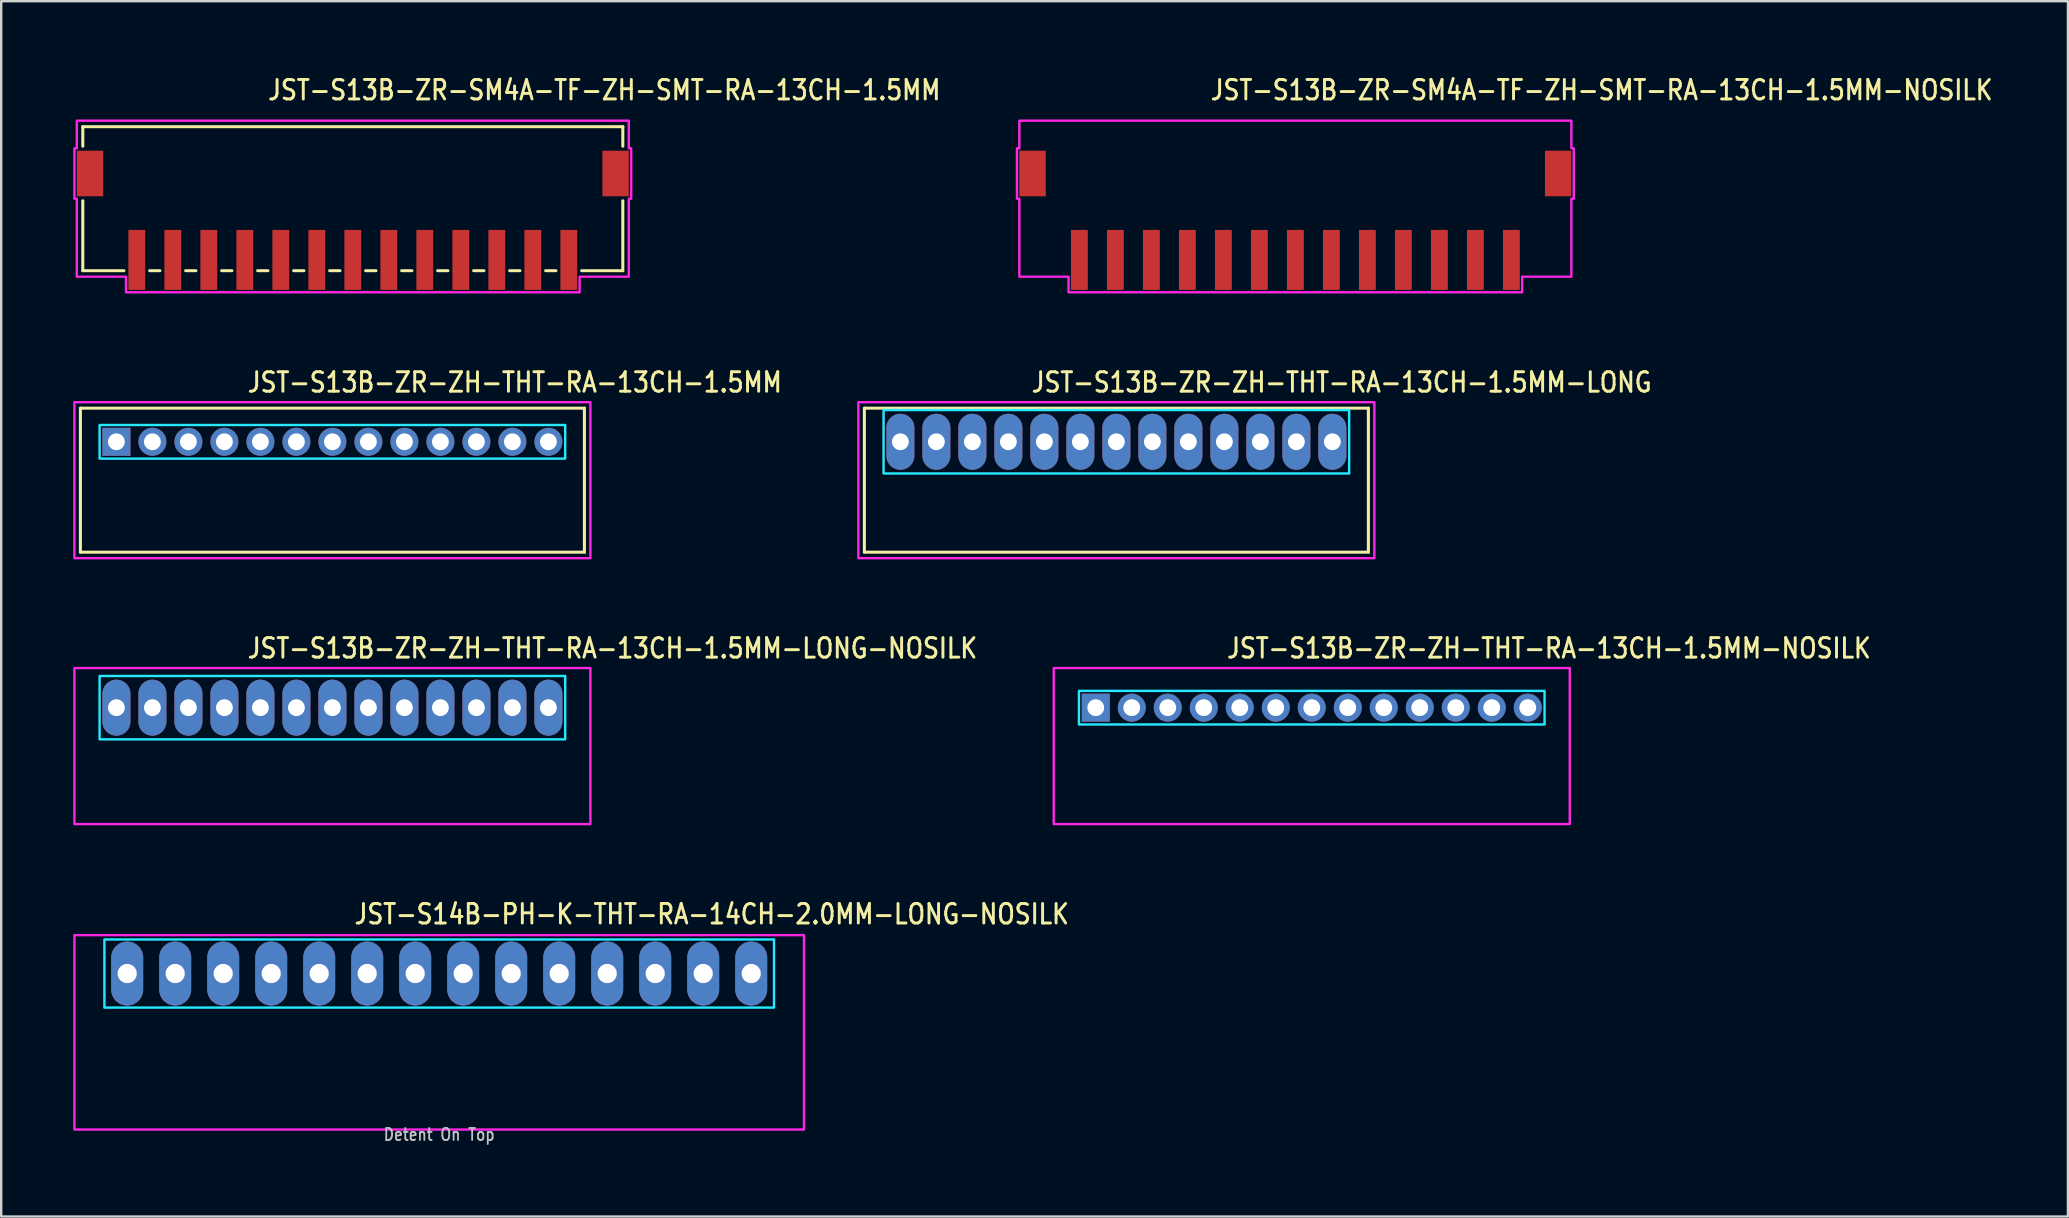
<source format=kicad_pcb>
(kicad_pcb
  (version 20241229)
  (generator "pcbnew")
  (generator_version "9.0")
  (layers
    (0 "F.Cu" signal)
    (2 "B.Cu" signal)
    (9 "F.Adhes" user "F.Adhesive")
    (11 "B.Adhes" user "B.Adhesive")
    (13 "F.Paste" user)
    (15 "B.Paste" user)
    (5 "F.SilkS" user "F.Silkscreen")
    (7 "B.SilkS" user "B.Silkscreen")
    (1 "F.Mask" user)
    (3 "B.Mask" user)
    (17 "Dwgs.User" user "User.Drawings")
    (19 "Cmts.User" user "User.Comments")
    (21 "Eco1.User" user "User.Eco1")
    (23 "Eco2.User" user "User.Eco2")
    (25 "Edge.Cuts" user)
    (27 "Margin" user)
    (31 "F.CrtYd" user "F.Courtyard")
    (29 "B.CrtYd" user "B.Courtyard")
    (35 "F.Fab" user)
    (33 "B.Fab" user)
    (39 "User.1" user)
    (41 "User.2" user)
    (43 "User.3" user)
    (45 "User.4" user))
  (footprint "JST-S13B-ZR-ZH-THT-RA-13CH-1.5MM-LONG"
    (layer "F.Cu")
    (at 43.465 15.357)
    (property "Reference" "JST-S13B-ZR-ZH-THT-RA-13CH-1.5MM-LONG" (at -3.6 -2 0) (unlocked yes) (layer "F.SilkS") (effects (font (size 0.813 0.695) (thickness 0.122)) (justify left bottom)))
    (fp_line (start -10.5 -1.4) (end 10.5 -1.4) (stroke (width 0.127) (type solid)) (layer "F.SilkS"))
    (fp_line (start -10.5 4.6) (end -10.5 -1.4) (stroke (width 0.127) (type solid)) (layer "F.SilkS"))
    (fp_line (start -10.5 4.6) (end 10.5 4.6) (stroke (width 0.127) (type solid)) (layer "F.SilkS"))
    (fp_line (start 10.5 -1.4) (end 10.5 4.6) (stroke (width 0.127) (type solid)) (layer "F.SilkS"))
    (fp_poly (pts (xy -9.7 -1.32) (xy -9.7 1.32) (xy 9.7 1.32) (xy 9.7 -1.32)) (stroke (width 0.1) (type solid)) (fill no) (layer "B.CrtYd"))
    (fp_poly (pts (xy -10.75 -1.65) (xy -10.75 4.85) (xy 10.75 4.85) (xy 10.75 -1.65)) (stroke (width 0.1) (type solid)) (fill no) (layer "F.CrtYd"))
    (pad "1" thru_hole oval (at -9 0 90) (size 2.333 1.167) (drill 0.7) (layers "*.Cu" "*.Mask"))
    (pad "2" thru_hole oval (at -7.5 0 90) (size 2.333 1.167) (drill 0.7) (layers "*.Cu" "*.Mask"))
    (pad "3" thru_hole oval (at -6 0 90) (size 2.333 1.167) (drill 0.7) (layers "*.Cu" "*.Mask"))
    (pad "4" thru_hole oval (at -4.5 0 90) (size 2.333 1.167) (drill 0.7) (layers "*.Cu" "*.Mask"))
    (pad "5" thru_hole oval (at -3 0 90) (size 2.333 1.167) (drill 0.7) (layers "*.Cu" "*.Mask"))
    (pad "6" thru_hole oval (at -1.5 0 90) (size 2.333 1.167) (drill 0.7) (layers "*.Cu" "*.Mask"))
    (pad "7" thru_hole oval (at 0 0 90) (size 2.333 1.167) (drill 0.7) (layers "*.Cu" "*.Mask"))
    (pad "8" thru_hole oval (at 1.5 0 90) (size 2.333 1.167) (drill 0.7) (layers "*.Cu" "*.Mask"))
    (pad "9" thru_hole oval (at 3 0 90) (size 2.333 1.167) (drill 0.7) (layers "*.Cu" "*.Mask"))
    (pad "10" thru_hole oval (at 4.5 0 90) (size 2.333 1.167) (drill 0.7) (layers "*.Cu" "*.Mask"))
    (pad "11" thru_hole oval (at 6 0 90) (size 2.333 1.167) (drill 0.7) (layers "*.Cu" "*.Mask"))
    (pad "12" thru_hole oval (at 7.5 0 90) (size 2.333 1.167) (drill 0.7) (layers "*.Cu" "*.Mask"))
    (pad "13" thru_hole oval (at 9 0 90) (size 2.333 1.167) (drill 0.7) (layers "*.Cu" "*.Mask")))
  (footprint "JST-S13B-ZR-ZH-THT-RA-13CH-1.5MM"
    (layer "F.Cu")
    (at 10.8 15.357)
    (property "Reference" "JST-S13B-ZR-ZH-THT-RA-13CH-1.5MM" (at -3.6 -2 0) (unlocked yes) (layer "F.SilkS") (effects (font (size 0.813 0.695) (thickness 0.122)) (justify left bottom)))
    (fp_line (start -10.5 -1.4) (end 10.5 -1.4) (stroke (width 0.127) (type solid)) (layer "F.SilkS"))
    (fp_line (start -10.5 4.6) (end -10.5 -1.4) (stroke (width 0.127) (type solid)) (layer "F.SilkS"))
    (fp_line (start -10.5 4.6) (end 10.5 4.6) (stroke (width 0.127) (type solid)) (layer "F.SilkS"))
    (fp_line (start 10.5 -1.4) (end 10.5 4.6) (stroke (width 0.127) (type solid)) (layer "F.SilkS"))
    (fp_poly (pts (xy -9.7 -0.7) (xy -9.7 0.7) (xy 9.7 0.7) (xy 9.7 -0.7)) (stroke (width 0.1) (type solid)) (fill no) (layer "B.CrtYd"))
    (fp_poly (pts (xy -10.75 -1.65) (xy -10.75 4.85) (xy 10.75 4.85) (xy 10.75 -1.65)) (stroke (width 0.1) (type solid)) (fill no) (layer "F.CrtYd"))
    (pad "1" thru_hole rect (at -9 0) (size 1.167 1.167) (drill 0.7) (layers "*.Cu" "*.Mask"))
    (pad "2" thru_hole oval (at -7.5 0) (size 1.167 1.167) (drill 0.7) (layers "*.Cu" "*.Mask"))
    (pad "3" thru_hole oval (at -6 0) (size 1.167 1.167) (drill 0.7) (layers "*.Cu" "*.Mask"))
    (pad "4" thru_hole oval (at -4.5 0) (size 1.167 1.167) (drill 0.7) (layers "*.Cu" "*.Mask"))
    (pad "5" thru_hole oval (at -3 0) (size 1.167 1.167) (drill 0.7) (layers "*.Cu" "*.Mask"))
    (pad "6" thru_hole oval (at -1.5 0) (size 1.167 1.167) (drill 0.7) (layers "*.Cu" "*.Mask"))
    (pad "7" thru_hole oval (at 0 0) (size 1.167 1.167) (drill 0.7) (layers "*.Cu" "*.Mask"))
    (pad "8" thru_hole oval (at 1.5 0) (size 1.167 1.167) (drill 0.7) (layers "*.Cu" "*.Mask"))
    (pad "9" thru_hole oval (at 3 0) (size 1.167 1.167) (drill 0.7) (layers "*.Cu" "*.Mask"))
    (pad "10" thru_hole oval (at 4.5 0) (size 1.167 1.167) (drill 0.7) (layers "*.Cu" "*.Mask"))
    (pad "11" thru_hole oval (at 6 0) (size 1.167 1.167) (drill 0.7) (layers "*.Cu" "*.Mask"))
    (pad "12" thru_hole oval (at 7.5 0) (size 1.167 1.167) (drill 0.7) (layers "*.Cu" "*.Mask"))
    (pad "13" thru_hole oval (at 9 0) (size 1.167 1.167) (drill 0.7) (layers "*.Cu" "*.Mask")))
  (footprint "JST-S13B-ZR-ZH-THT-RA-13CH-1.5MM-LONG-NOSILK"
    (layer "F.Cu")
    (at 10.8 26.436)
    (property "Reference" "JST-S13B-ZR-ZH-THT-RA-13CH-1.5MM-LONG-NOSILK" (at -3.6 -2 0) (unlocked yes) (layer "F.SilkS") (effects (font (size 0.813 0.695) (thickness 0.122)) (justify left bottom)))
    (fp_poly (pts (xy -9.7 -1.32) (xy -9.7 1.32) (xy 9.7 1.32) (xy 9.7 -1.32)) (stroke (width 0.1) (type solid)) (fill no) (layer "B.CrtYd"))
    (fp_poly (pts (xy -10.75 -1.65) (xy -10.75 4.85) (xy 10.75 4.85) (xy 10.75 -1.65)) (stroke (width 0.1) (type solid)) (fill no) (layer "F.CrtYd"))
    (pad "1" thru_hole oval (at -9 0 90) (size 2.333 1.167) (drill 0.7) (layers "*.Cu" "*.Mask"))
    (pad "2" thru_hole oval (at -7.5 0 90) (size 2.333 1.167) (drill 0.7) (layers "*.Cu" "*.Mask"))
    (pad "3" thru_hole oval (at -6 0 90) (size 2.333 1.167) (drill 0.7) (layers "*.Cu" "*.Mask"))
    (pad "4" thru_hole oval (at -4.5 0 90) (size 2.333 1.167) (drill 0.7) (layers "*.Cu" "*.Mask"))
    (pad "5" thru_hole oval (at -3 0 90) (size 2.333 1.167) (drill 0.7) (layers "*.Cu" "*.Mask"))
    (pad "6" thru_hole oval (at -1.5 0 90) (size 2.333 1.167) (drill 0.7) (layers "*.Cu" "*.Mask"))
    (pad "7" thru_hole oval (at 0 0 90) (size 2.333 1.167) (drill 0.7) (layers "*.Cu" "*.Mask"))
    (pad "8" thru_hole oval (at 1.5 0 90) (size 2.333 1.167) (drill 0.7) (layers "*.Cu" "*.Mask"))
    (pad "9" thru_hole oval (at 3 0 90) (size 2.333 1.167) (drill 0.7) (layers "*.Cu" "*.Mask"))
    (pad "10" thru_hole oval (at 4.5 0 90) (size 2.333 1.167) (drill 0.7) (layers "*.Cu" "*.Mask"))
    (pad "11" thru_hole oval (at 6 0 90) (size 2.333 1.167) (drill 0.7) (layers "*.Cu" "*.Mask"))
    (pad "12" thru_hole oval (at 7.5 0 90) (size 2.333 1.167) (drill 0.7) (layers "*.Cu" "*.Mask"))
    (pad "13" thru_hole oval (at 9 0 90) (size 2.333 1.167) (drill 0.7) (layers "*.Cu" "*.Mask")))
  (footprint "JST-S13B-ZR-SM4A-TF-ZH-SMT-RA-13CH-1.5MM"
    (layer "F.Cu")
    (at 11.65 4.179)
    (property "Reference" "JST-S13B-ZR-SM4A-TF-ZH-SMT-RA-13CH-1.5MM" (at -3.6 -3 0) (unlocked yes) (layer "F.SilkS") (effects (font (size 0.813 0.695) (thickness 0.122)) (justify left bottom)))
    (fp_line (start -11.25 -1.95) (end -11.25 -1.137) (stroke (width 0.127) (type solid)) (layer "F.SilkS"))
    (fp_line (start -11.25 -1.95) (end 11.25 -1.95) (stroke (width 0.127) (type solid)) (layer "F.SilkS"))
    (fp_line (start -11.25 4.05) (end -11.25 1.137) (stroke (width 0.127) (type solid)) (layer "F.SilkS"))
    (fp_line (start -11.25 4.05) (end -9.537 4.05) (stroke (width 0.127) (type solid)) (layer "F.SilkS"))
    (fp_line (start -8.463 4.05) (end -8.037 4.05) (stroke (width 0.127) (type solid)) (layer "F.SilkS"))
    (fp_line (start -6.963 4.05) (end -6.537 4.05) (stroke (width 0.127) (type solid)) (layer "F.SilkS"))
    (fp_line (start -5.463 4.05) (end -5.037 4.05) (stroke (width 0.127) (type solid)) (layer "F.SilkS"))
    (fp_line (start -3.963 4.05) (end -3.537 4.05) (stroke (width 0.127) (type solid)) (layer "F.SilkS"))
    (fp_line (start -2.463 4.05) (end -2.037 4.05) (stroke (width 0.127) (type solid)) (layer "F.SilkS"))
    (fp_line (start -0.964 4.05) (end -0.536 4.05) (stroke (width 0.127) (type solid)) (layer "F.SilkS"))
    (fp_line (start 0.536 4.05) (end 0.964 4.05) (stroke (width 0.127) (type solid)) (layer "F.SilkS"))
    (fp_line (start 2.037 4.05) (end 2.463 4.05) (stroke (width 0.127) (type solid)) (layer "F.SilkS"))
    (fp_line (start 3.537 4.05) (end 3.963 4.05) (stroke (width 0.127) (type solid)) (layer "F.SilkS"))
    (fp_line (start 5.037 4.05) (end 5.463 4.05) (stroke (width 0.127) (type solid)) (layer "F.SilkS"))
    (fp_line (start 6.537 4.05) (end 6.963 4.05) (stroke (width 0.127) (type solid)) (layer "F.SilkS"))
    (fp_line (start 8.037 4.05) (end 8.463 4.05) (stroke (width 0.127) (type solid)) (layer "F.SilkS"))
    (fp_line (start 9.537 4.05) (end 11.25 4.05) (stroke (width 0.127) (type solid)) (layer "F.SilkS"))
    (fp_line (start 11.25 -1.137) (end 11.25 -1.95) (stroke (width 0.127) (type solid)) (layer "F.SilkS"))
    (fp_line (start 11.25 1.137) (end 11.25 4.05) (stroke (width 0.127) (type solid)) (layer "F.SilkS"))
    (fp_poly (pts (xy -11.5 -2.2) (xy -11.5 -1.05) (xy -11.6 -1.05) (xy -11.6 1.05) (xy -11.5 1.05) (xy -11.5 4.3) (xy -9.45 4.3) (xy -9.45 4.95) (xy 9.45 4.95) (xy 9.45 4.3) (xy 11.5 4.3) (xy 11.5 1.05) (xy 11.6 1.05) (xy 11.6 -1.05) (xy 11.5 -1.05) (xy 11.5 -2.2)) (stroke (width 0.1) (type solid)) (fill no) (layer "F.CrtYd"))
    (pad "1" smd rect (at 9 3.6) (size 0.7 2.5) (layers "F.Cu" "F.Mask" "F.Paste"))
    (pad "2" smd rect (at 7.5 3.6) (size 0.7 2.5) (layers "F.Cu" "F.Mask" "F.Paste"))
    (pad "3" smd rect (at 6 3.6) (size 0.7 2.5) (layers "F.Cu" "F.Mask" "F.Paste"))
    (pad "4" smd rect (at 4.5 3.6) (size 0.7 2.5) (layers "F.Cu" "F.Mask" "F.Paste"))
    (pad "5" smd rect (at 3 3.6) (size 0.7 2.5) (layers "F.Cu" "F.Mask" "F.Paste"))
    (pad "6" smd rect (at 1.5 3.6) (size 0.7 2.5) (layers "F.Cu" "F.Mask" "F.Paste"))
    (pad "7" smd rect (at 0 3.6) (size 0.7 2.5) (layers "F.Cu" "F.Mask" "F.Paste"))
    (pad "8" smd rect (at -1.5 3.6) (size 0.7 2.5) (layers "F.Cu" "F.Mask" "F.Paste"))
    (pad "9" smd rect (at -3 3.6) (size 0.7 2.5) (layers "F.Cu" "F.Mask" "F.Paste"))
    (pad "10" smd rect (at -4.5 3.6) (size 0.7 2.5) (layers "F.Cu" "F.Mask" "F.Paste"))
    (pad "11" smd rect (at -6 3.6) (size 0.7 2.5) (layers "F.Cu" "F.Mask" "F.Paste"))
    (pad "12" smd rect (at -7.5 3.6) (size 0.7 2.5) (layers "F.Cu" "F.Mask" "F.Paste"))
    (pad "13" smd rect (at -9 3.6) (size 0.7 2.5) (layers "F.Cu" "F.Mask" "F.Paste"))
    (pad "S_1" smd rect (at -10.95 0) (size 1.1 1.9) (layers "F.Cu" "F.Mask" "F.Paste"))
    (pad "S_2" smd rect (at 10.95 0) (size 1.1 1.9) (layers "F.Cu" "F.Mask" "F.Paste")))
  (footprint "JST-S14B-PH-K-THT-RA-14CH-2.0MM-LONG-NOSILK"
    (layer "F.Cu")
    (at 15.25 37.514)
    (property "Reference" "JST-S14B-PH-K-THT-RA-14CH-2.0MM-LONG-NOSILK" (at -3.6 -2 0) (unlocked yes) (layer "F.SilkS") (effects (font (size 0.813 0.695) (thickness 0.122)) (justify left bottom)))
    (fp_poly (pts (xy -13.95 -1.42) (xy -13.95 1.42) (xy 13.95 1.42) (xy 13.95 -1.42)) (stroke (width 0.1) (type solid)) (fill no) (layer "B.CrtYd"))
    (fp_poly (pts (xy -15.2 -1.6) (xy -15.2 6.5) (xy 15.2 6.5) (xy 15.2 -1.6)) (stroke (width 0.1) (type solid)) (fill no) (layer "F.CrtYd"))
    (fp_text user "Detent On Top" (at 0 7 0) (unlocked yes) (layer "Dwgs.User") (effects (font (size 0.5 0.427) (thickness 0.075)) (justify bottom)))
    (pad "1" thru_hole oval (at -13 0 90) (size 2.667 1.333) (drill 0.8) (layers "*.Cu" "*.Mask"))
    (pad "2" thru_hole oval (at -11 0 90) (size 2.667 1.333) (drill 0.8) (layers "*.Cu" "*.Mask"))
    (pad "3" thru_hole oval (at -9 0 90) (size 2.667 1.333) (drill 0.8) (layers "*.Cu" "*.Mask"))
    (pad "4" thru_hole oval (at -7 0 90) (size 2.667 1.333) (drill 0.8) (layers "*.Cu" "*.Mask"))
    (pad "5" thru_hole oval (at -5 0 90) (size 2.667 1.333) (drill 0.8) (layers "*.Cu" "*.Mask"))
    (pad "6" thru_hole oval (at -3 0 90) (size 2.667 1.333) (drill 0.8) (layers "*.Cu" "*.Mask"))
    (pad "7" thru_hole oval (at -1 0 90) (size 2.667 1.333) (drill 0.8) (layers "*.Cu" "*.Mask"))
    (pad "8" thru_hole oval (at 1 0 90) (size 2.667 1.333) (drill 0.8) (layers "*.Cu" "*.Mask"))
    (pad "9" thru_hole oval (at 3 0 90) (size 2.667 1.333) (drill 0.8) (layers "*.Cu" "*.Mask"))
    (pad "10" thru_hole oval (at 5 0 90) (size 2.667 1.333) (drill 0.8) (layers "*.Cu" "*.Mask"))
    (pad "11" thru_hole oval (at 7 0 90) (size 2.667 1.333) (drill 0.8) (layers "*.Cu" "*.Mask"))
    (pad "12" thru_hole oval (at 9 0 90) (size 2.667 1.333) (drill 0.8) (layers "*.Cu" "*.Mask"))
    (pad "13" thru_hole oval (at 11 0 90) (size 2.667 1.333) (drill 0.8) (layers "*.Cu" "*.Mask"))
    (pad "14" thru_hole oval (at 13 0 90) (size 2.667 1.333) (drill 0.8) (layers "*.Cu" "*.Mask")))
  (footprint "JST-S13B-ZR-SM4A-TF-ZH-SMT-RA-13CH-1.5MM-NOSILK"
    (layer "F.Cu")
    (at 50.923 4.179)
    (property "Reference" "JST-S13B-ZR-SM4A-TF-ZH-SMT-RA-13CH-1.5MM-NOSILK" (at -3.6 -3 0) (unlocked yes) (layer "F.SilkS") (effects (font (size 0.813 0.695) (thickness 0.122)) (justify left bottom)))
    (fp_poly (pts (xy -11.5 -2.2) (xy -11.5 -1.05) (xy -11.6 -1.05) (xy -11.6 1.05) (xy -11.5 1.05) (xy -11.5 4.3) (xy -9.45 4.3) (xy -9.45 4.95) (xy 9.45 4.95) (xy 9.45 4.3) (xy 11.5 4.3) (xy 11.5 1.05) (xy 11.6 1.05) (xy 11.6 -1.05) (xy 11.5 -1.05) (xy 11.5 -2.2)) (stroke (width 0.1) (type solid)) (fill no) (layer "F.CrtYd"))
    (pad "1" smd rect (at 9 3.6) (size 0.7 2.5) (layers "F.Cu" "F.Mask" "F.Paste"))
    (pad "2" smd rect (at 7.5 3.6) (size 0.7 2.5) (layers "F.Cu" "F.Mask" "F.Paste"))
    (pad "3" smd rect (at 6 3.6) (size 0.7 2.5) (layers "F.Cu" "F.Mask" "F.Paste"))
    (pad "4" smd rect (at 4.5 3.6) (size 0.7 2.5) (layers "F.Cu" "F.Mask" "F.Paste"))
    (pad "5" smd rect (at 3 3.6) (size 0.7 2.5) (layers "F.Cu" "F.Mask" "F.Paste"))
    (pad "6" smd rect (at 1.5 3.6) (size 0.7 2.5) (layers "F.Cu" "F.Mask" "F.Paste"))
    (pad "7" smd rect (at 0 3.6) (size 0.7 2.5) (layers "F.Cu" "F.Mask" "F.Paste"))
    (pad "8" smd rect (at -1.5 3.6) (size 0.7 2.5) (layers "F.Cu" "F.Mask" "F.Paste"))
    (pad "9" smd rect (at -3 3.6) (size 0.7 2.5) (layers "F.Cu" "F.Mask" "F.Paste"))
    (pad "10" smd rect (at -4.5 3.6) (size 0.7 2.5) (layers "F.Cu" "F.Mask" "F.Paste"))
    (pad "11" smd rect (at -6 3.6) (size 0.7 2.5) (layers "F.Cu" "F.Mask" "F.Paste"))
    (pad "12" smd rect (at -7.5 3.6) (size 0.7 2.5) (layers "F.Cu" "F.Mask" "F.Paste"))
    (pad "13" smd rect (at -9 3.6) (size 0.7 2.5) (layers "F.Cu" "F.Mask" "F.Paste"))
    (pad "S_1" smd rect (at -10.95 0) (size 1.1 1.9) (layers "F.Cu" "F.Mask" "F.Paste"))
    (pad "S_2" smd rect (at 10.95 0) (size 1.1 1.9) (layers "F.Cu" "F.Mask" "F.Paste")))
  (footprint "JST-S13B-ZR-ZH-THT-RA-13CH-1.5MM-NOSILK"
    (layer "F.Cu")
    (at 51.606 26.436)
    (property "Reference" "JST-S13B-ZR-ZH-THT-RA-13CH-1.5MM-NOSILK" (at -3.6 -2 0) (unlocked yes) (layer "F.SilkS") (effects (font (size 0.813 0.695) (thickness 0.122)) (justify left bottom)))
    (fp_poly (pts (xy -9.7 -0.7) (xy -9.7 0.7) (xy 9.7 0.7) (xy 9.7 -0.7)) (stroke (width 0.1) (type solid)) (fill no) (layer "B.CrtYd"))
    (fp_poly (pts (xy -10.75 -1.65) (xy -10.75 4.85) (xy 10.75 4.85) (xy 10.75 -1.65)) (stroke (width 0.1) (type solid)) (fill no) (layer "F.CrtYd"))
    (pad "1" thru_hole rect (at -9 0) (size 1.167 1.167) (drill 0.7) (layers "*.Cu" "*.Mask"))
    (pad "2" thru_hole oval (at -7.5 0) (size 1.167 1.167) (drill 0.7) (layers "*.Cu" "*.Mask"))
    (pad "3" thru_hole oval (at -6 0) (size 1.167 1.167) (drill 0.7) (layers "*.Cu" "*.Mask"))
    (pad "4" thru_hole oval (at -4.5 0) (size 1.167 1.167) (drill 0.7) (layers "*.Cu" "*.Mask"))
    (pad "5" thru_hole oval (at -3 0) (size 1.167 1.167) (drill 0.7) (layers "*.Cu" "*.Mask"))
    (pad "6" thru_hole oval (at -1.5 0) (size 1.167 1.167) (drill 0.7) (layers "*.Cu" "*.Mask"))
    (pad "7" thru_hole oval (at 0 0) (size 1.167 1.167) (drill 0.7) (layers "*.Cu" "*.Mask"))
    (pad "8" thru_hole oval (at 1.5 0) (size 1.167 1.167) (drill 0.7) (layers "*.Cu" "*.Mask"))
    (pad "9" thru_hole oval (at 3 0) (size 1.167 1.167) (drill 0.7) (layers "*.Cu" "*.Mask"))
    (pad "10" thru_hole oval (at 4.5 0) (size 1.167 1.167) (drill 0.7) (layers "*.Cu" "*.Mask"))
    (pad "11" thru_hole oval (at 6 0) (size 1.167 1.167) (drill 0.7) (layers "*.Cu" "*.Mask"))
    (pad "12" thru_hole oval (at 7.5 0) (size 1.167 1.167) (drill 0.7) (layers "*.Cu" "*.Mask"))
    (pad "13" thru_hole oval (at 9 0) (size 1.167 1.167) (drill 0.7) (layers "*.Cu" "*.Mask")))
  (gr_rect
    (start -3 -3)
    (end 83.113 47.637)
    (stroke (width 0.1) (type default))
    (fill no)
    (layer "Edge.Cuts")))
</source>
